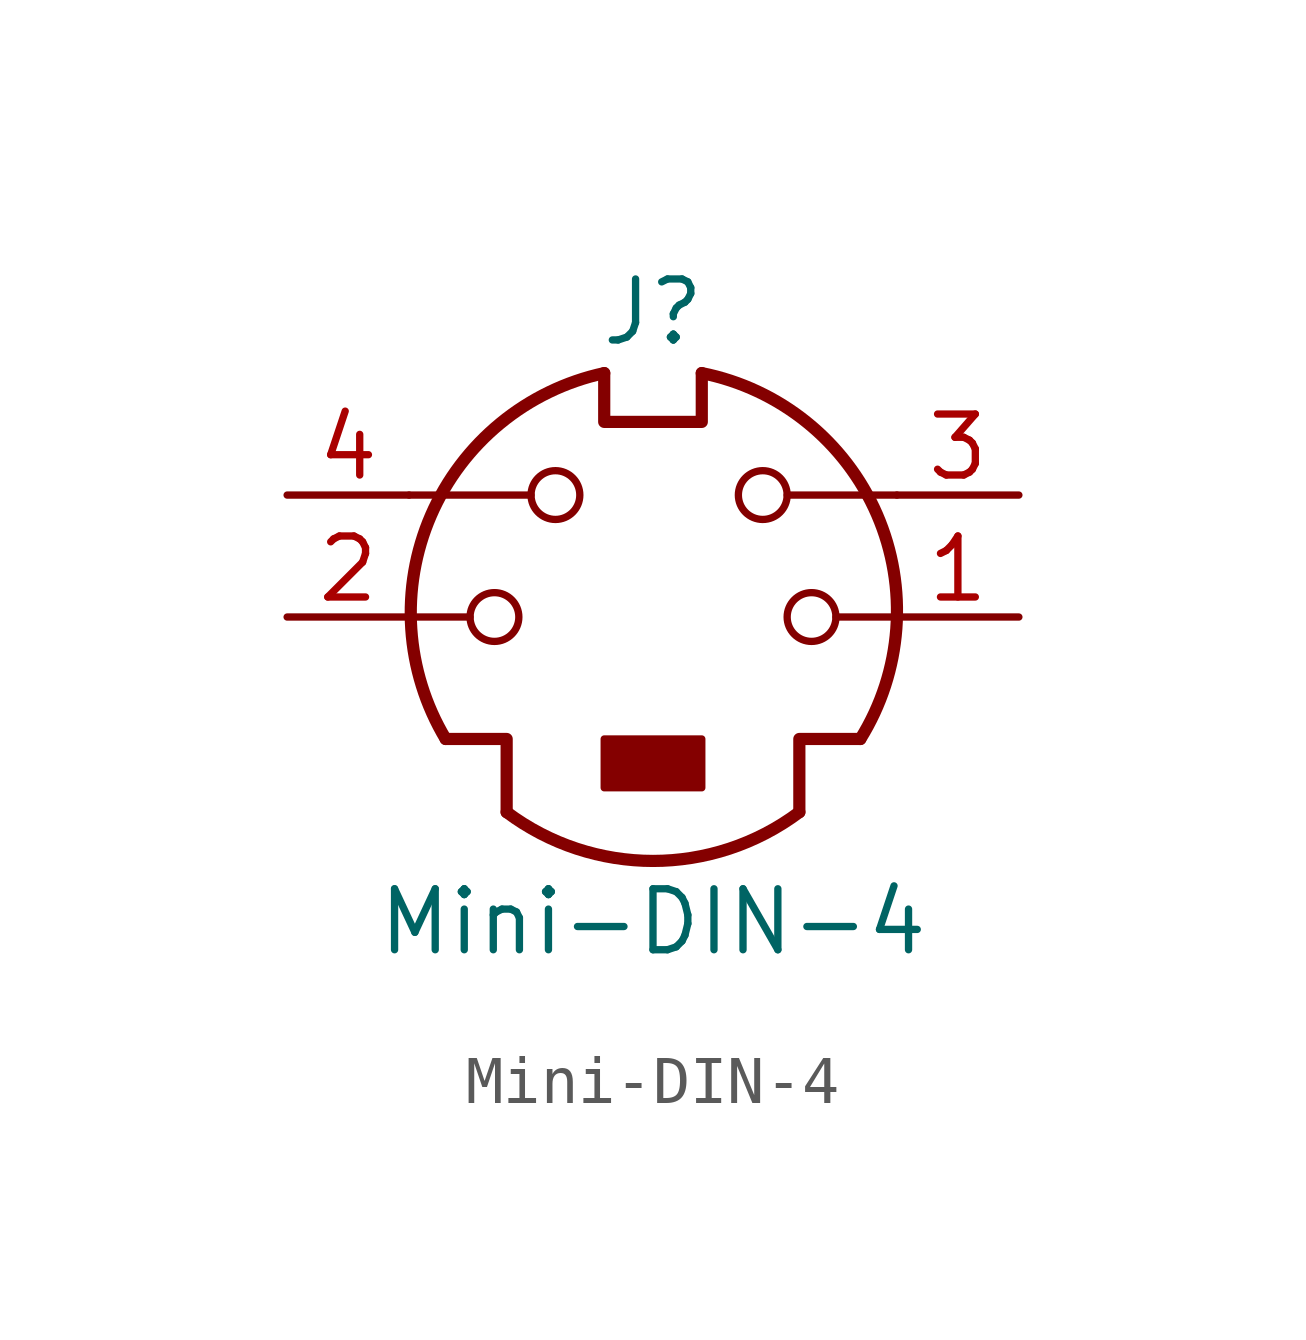
<source format=kicad_sym>
(kicad_symbol_lib
  (version 20211014)
  (generator kicad_symbol_editor)
  (symbol "Mini-DIN-4"
    (pin_names
      (offset 1.016))
    (property "Reference" "J"
      (at 0 6.35 0)
      (effects (font (size 1.27 1.27))))
    (property "Value" "Mini-DIN-4"
      (at 0 -6.35 0)
      (effects (font (size 1.27 1.27))))
    (symbol "Mini-DIN-4_0_1"
      (circle (center -3.302 0) (radius 0.508) (stroke (width 0) (type default) (color 0 0 0 0)) (fill (type none)))
      (arc (start -3.048 -4.064) (mid 0 -5.08) (end 3.048 -4.064) (stroke (width 0.254) (type default) (color 0 0 0 0)) (fill (type none)))
      (circle (center -2.032 2.54) (radius 0.508) (stroke (width 0) (type default) (color 0 0 0 0)) (fill (type none)))
      (rectangle (start -1.016 -2.54) (end 1.016 -3.556) (stroke (width 0) (type default) (color 0 0 0 0)) (fill (type outline)))
      (arc (start -1.016 5.08) (mid -4.6228 2.1214) (end -4.318 -2.54) (stroke (width 0.254) (type default) (color 0 0 0 0)) (fill (type none)))
      (polyline (pts (xy -3.81 0) (xy -5.08 0)) (stroke (width 0) (type default) (color 0 0 0 0)) (fill (type none)))
      (polyline (pts (xy -2.54 2.54) (xy -5.08 2.54)) (stroke (width 0) (type default) (color 0 0 0 0)) (fill (type none)))
      (polyline (pts (xy 2.794 2.54) (xy 5.08 2.54)) (stroke (width 0) (type default) (color 0 0 0 0)) (fill (type none)))
      (polyline (pts (xy 5.08 0) (xy 3.81 0)) (stroke (width 0) (type default) (color 0 0 0 0)) (fill (type none)))
      (polyline (pts (xy -4.318 -2.54) (xy -3.048 -2.54) (xy -3.048 -4.064)) (stroke (width 0.254) (type default) (color 0 0 0 0)) (fill (type none)))
      (polyline (pts (xy 4.318 -2.54) (xy 3.048 -2.54) (xy 3.048 -4.064)) (stroke (width 0.254) (type default) (color 0 0 0 0)) (fill (type none)))
      (polyline (pts (xy -1.016 5.08) (xy -1.016 4.064) (xy 1.016 4.064) (xy 1.016 5.08)) (stroke (width 0.254) (type default) (color 0 0 0 0)) (fill (type none)))
      (circle (center 2.286 2.54) (radius 0.508) (stroke (width 0) (type default) (color 0 0 0 0)) (fill (type none)))
      (circle (center 3.302 0) (radius 0.508) (stroke (width 0) (type default) (color 0 0 0 0)) (fill (type none)))
      (arc (start 4.318 -2.54) (mid 4.6661 2.1322) (end 1.016 5.08) (stroke (width 0.254) (type default) (color 0 0 0 0)) (fill (type none))))
    (symbol "Mini-DIN-4_1_1"
      (pin passive line (at 7.62 0 180) (length 2.54) (name "~" (effects (font (size 1.27 1.27)))) (number "1" (effects (font (size 1.27 1.27)))))
      (pin passive line (at -7.62 0 0) (length 2.54) (name "~" (effects (font (size 1.27 1.27)))) (number "2" (effects (font (size 1.27 1.27)))))
      (pin passive line (at 7.62 2.54 180) (length 2.54) (name "~" (effects (font (size 1.27 1.27)))) (number "3" (effects (font (size 1.27 1.27)))))
      (pin passive line (at -7.62 2.54 0) (length 2.54) (name "~" (effects (font (size 1.27 1.27)))) (number "4" (effects (font (size 1.27 1.27))))))))
</source>
